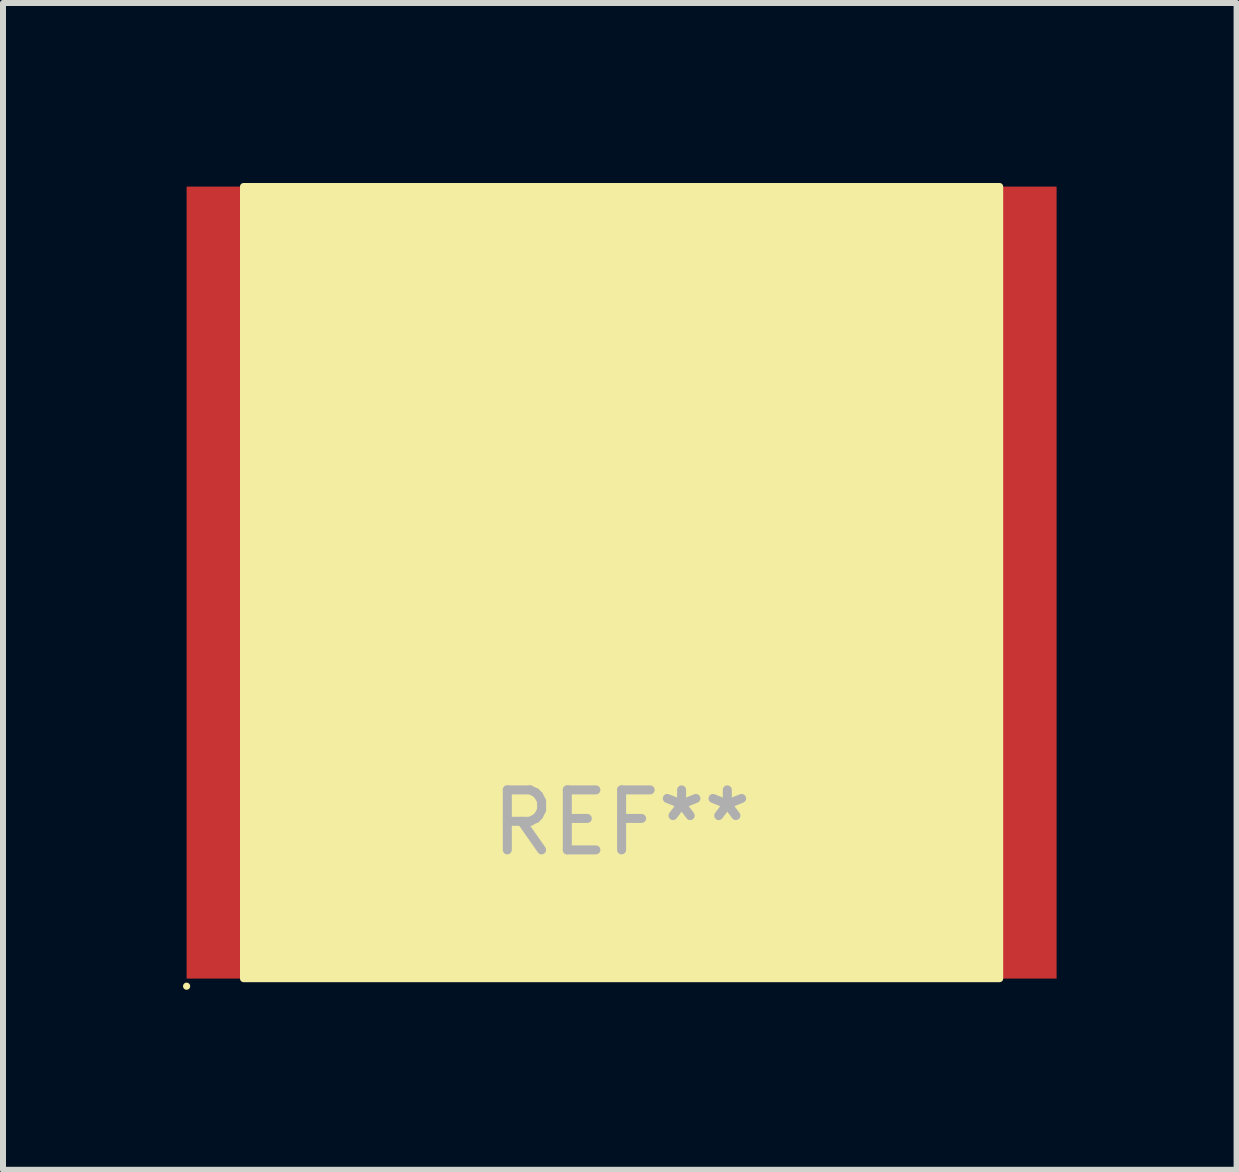
<source format=kicad_pcb>
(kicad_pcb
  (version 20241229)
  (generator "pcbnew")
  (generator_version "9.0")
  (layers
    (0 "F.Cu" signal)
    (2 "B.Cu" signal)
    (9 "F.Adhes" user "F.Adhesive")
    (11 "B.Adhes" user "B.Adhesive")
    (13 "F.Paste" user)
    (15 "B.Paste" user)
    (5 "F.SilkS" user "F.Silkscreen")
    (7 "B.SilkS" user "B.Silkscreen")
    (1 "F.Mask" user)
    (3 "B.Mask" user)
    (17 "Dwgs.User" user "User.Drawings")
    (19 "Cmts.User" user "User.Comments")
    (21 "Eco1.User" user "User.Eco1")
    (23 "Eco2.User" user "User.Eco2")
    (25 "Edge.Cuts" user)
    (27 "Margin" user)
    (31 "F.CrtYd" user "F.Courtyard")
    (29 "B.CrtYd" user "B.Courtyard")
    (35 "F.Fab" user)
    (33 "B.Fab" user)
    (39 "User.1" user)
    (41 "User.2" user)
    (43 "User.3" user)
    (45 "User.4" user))
  (footprint "ETQP8MR33JFA"
    (layer "F.Cu")
    (at 7.31 6.66)
    (property "Reference" "ETQP8MR33JFA" (at 0 -2 0) (layer "F.SilkS") (effects (font (size 1 1) (thickness 0.15))))
    (attr through_hole)
    (fp_circle (center -7.25 6.727) (end -7.22 6.727) (stroke (width 0.06) (type solid)) (fill no) (layer "F.SilkS"))
    (fp_poly (pts (xy -6.3 -6.6) (xy 6.3 -6.6) (xy 6.3 6.6) (xy -6.3 6.6)) (stroke (width 0.12) (type solid)) (fill yes) (layer "F.SilkS"))
    (fp_text user "REF**" (at 0 4 0) (layer "F.Fab") (effects (font (size 1 1) (thickness 0.15))))
    (pad "1" smd rect (at -5.65 0) (size 3.2 13.2) (layers "F.Cu" "F.Mask" "F.Paste"))
    (pad "2" smd rect (at 5.65 0) (size 3.2 13.2) (layers "F.Cu" "F.Mask" "F.Paste")))
  (gr_rect
    (start -3 -3)
    (end 17.56 16.447)
    (stroke (width 0.1) (type default))
    (fill no)
    (layer "Edge.Cuts")))
</source>
